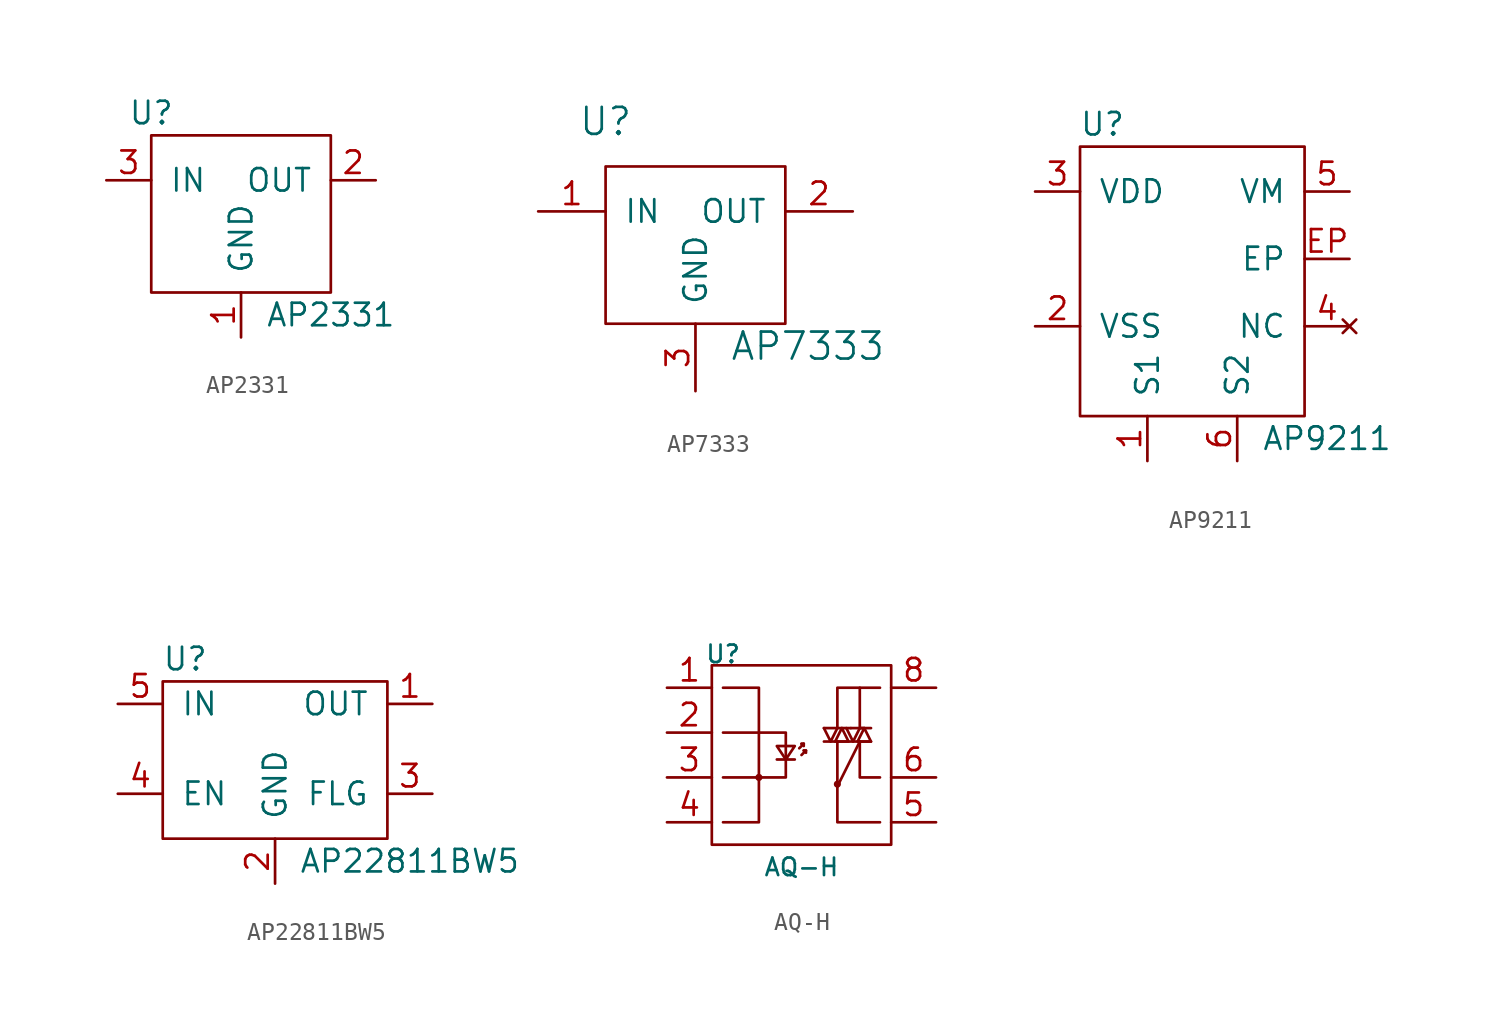
<source format=kicad_sym>
(kicad_symbol_lib
  (version 20211014)
  (generator kicad_symbol_editor)
  (symbol "AP2331"
    (pin_names
      (offset 1.016))
    (property "Reference" "U"
      (at -5.08 3.81 0)
      (effects (font (size 1.27 1.27))))
    (property "Value" "AP2331"
      (at 5.08 -7.62 0)
      (effects (font (size 1.27 1.27))))
    (symbol "AP2331_0_1"
      (rectangle (start 5.08 2.54) (end -5.08 -6.35) (stroke (width 0) (type default) (color 0 0 0 0)) (fill (type none))))
    (symbol "AP2331_1_1"
      (pin passive line (at 0 -8.89 90) (length 2.54) (name "GND" (effects (font (size 1.27 1.27)))) (number "1" (effects (font (size 1.27 1.27)))))
      (pin passive line (at 7.62 0 180) (length 2.54) (name "OUT" (effects (font (size 1.27 1.27)))) (number "2" (effects (font (size 1.27 1.27)))))
      (pin passive line (at -7.62 0 0) (length 2.54) (name "IN" (effects (font (size 1.27 1.27)))) (number "3" (effects (font (size 1.27 1.27)))))))
  (symbol "AP7333"
    (pin_names
      (offset 1.016))
    (property "Reference" "U"
      (at -5.08 5.08 0)
      (effects (font (size 1.524 1.524))))
    (property "Value" "AP7333"
      (at 6.35 -7.62 0)
      (effects (font (size 1.524 1.524))))
    (property "Footprint" ""
      (at 0 0 0)
      (effects (font (size 1.524 1.524))))
    (property "Datasheet" ""
      (at 0 0 0)
      (effects (font (size 1.524 1.524))))
    (symbol "AP7333_0_1"
      (rectangle (start -5.08 2.54) (end 5.08 -6.35) (stroke (width 0) (type default) (color 0 0 0 0)) (fill (type none))))
    (symbol "AP7333_1_1"
      (pin passive line (at -8.89 0 0) (length 3.81) (name "IN" (effects (font (size 1.27 1.27)))) (number "1" (effects (font (size 1.27 1.27)))))
      (pin passive line (at 8.89 0 180) (length 3.81) (name "OUT" (effects (font (size 1.27 1.27)))) (number "2" (effects (font (size 1.27 1.27)))))
      (pin passive line (at 0 -10.16 90) (length 3.81) (name "GND" (effects (font (size 1.27 1.27)))) (number "3" (effects (font (size 1.27 1.27)))))))
  (symbol "AP9211"
    (pin_names
      (offset 1.016))
    (property "Reference" "U"
      (at -5.08 7.62 0)
      (effects (font (size 1.27 1.27))))
    (property "Value" "AP9211"
      (at 7.62 -10.16 0)
      (effects (font (size 1.27 1.27))))
    (symbol "AP9211_0_1"
      (rectangle (start -6.35 6.35) (end 6.35 -8.89) (stroke (width 0) (type default) (color 0 0 0 0)) (fill (type none))))
    (symbol "AP9211_1_1"
      (pin passive line (at -2.54 -11.43 90) (length 2.54) (name "S1" (effects (font (size 1.27 1.27)))) (number "1" (effects (font (size 1.27 1.27)))))
      (pin passive line (at -8.89 -3.81 0) (length 2.54) (name "VSS" (effects (font (size 1.27 1.27)))) (number "2" (effects (font (size 1.27 1.27)))))
      (pin passive line (at -8.89 3.81 0) (length 2.54) (name "VDD" (effects (font (size 1.27 1.27)))) (number "3" (effects (font (size 1.27 1.27)))))
      (pin no_connect line (at 8.89 -3.81 180) (length 2.54) (name "NC" (effects (font (size 1.27 1.27)))) (number "4" (effects (font (size 1.27 1.27)))))
      (pin passive line (at 8.89 3.81 180) (length 2.54) (name "VM" (effects (font (size 1.27 1.27)))) (number "5" (effects (font (size 1.27 1.27)))))
      (pin passive line (at 2.54 -11.43 90) (length 2.54) (name "S2" (effects (font (size 1.27 1.27)))) (number "6" (effects (font (size 1.27 1.27)))))
      (pin passive line (at 8.89 0 180) (length 2.54) (name "EP" (effects (font (size 1.27 1.27)))) (number "EP" (effects (font (size 1.27 1.27)))))))
  (symbol "AP22811BW5"
    (pin_names
      (offset 1.016))
    (property "Reference" "U"
      (at -5.08 5.08 0)
      (effects (font (size 1.27 1.27))))
    (property "Value" "AP22811BW5"
      (at 7.62 -6.35 0)
      (effects (font (size 1.27 1.27))))
    (symbol "AP22811BW5_0_1"
      (rectangle (start -6.35 3.81) (end 6.35 -5.08) (stroke (width 0) (type default) (color 0 0 0 0)) (fill (type none))))
    (symbol "AP22811BW5_1_1"
      (pin passive line (at 8.89 2.54 180) (length 2.54) (name "OUT" (effects (font (size 1.27 1.27)))) (number "1" (effects (font (size 1.27 1.27)))))
      (pin passive line (at 0 -7.62 90) (length 2.54) (name "GND" (effects (font (size 1.27 1.27)))) (number "2" (effects (font (size 1.27 1.27)))))
      (pin passive line (at 8.89 -2.54 180) (length 2.54) (name "FLG" (effects (font (size 1.27 1.27)))) (number "3" (effects (font (size 1.27 1.27)))))
      (pin passive line (at -8.89 -2.54 0) (length 2.54) (name "EN" (effects (font (size 1.27 1.27)))) (number "4" (effects (font (size 1.27 1.27)))))
      (pin passive line (at -8.89 2.54 0) (length 2.54) (name "IN" (effects (font (size 1.27 1.27)))) (number "5" (effects (font (size 1.27 1.27)))))))
  (symbol "AQ-H"
    (pin_names
      (offset 1.016))
    (property "Reference" "U"
      (at -4.445 5.715 0)
      (effects (font (size 0.991 0.991))))
    (property "Value" "AQ-H"
      (at 0 -6.35 0)
      (effects (font (size 0.991 0.991))))
    (symbol "AQ-H_0_1"
      (rectangle (start -5.08 5.08) (end 5.08 -5.08) (stroke (width 0) (type default) (color 0 0 0 0)) (fill (type none)))
      (circle (center -2.413 -1.27) (radius 0.127) (stroke (width 0) (type default) (color 0 0 0 0)) (fill (type none)))
      (polyline (pts (xy -4.445 -1.27) (xy -2.413 -1.27)) (stroke (width 0) (type default) (color 0 0 0 0)) (fill (type none)))
      (polyline (pts (xy -1.397 -0.254) (xy -0.381 -0.254)) (stroke (width 0) (type default) (color 0 0 0 0)) (fill (type none)))
      (polyline (pts (xy -0.127 0.381) (xy 0.127 0.635)) (stroke (width 0) (type default) (color 0 0 0 0)) (fill (type none)))
      (polyline (pts (xy 0.127 0.635) (xy 0 0.635)) (stroke (width 0) (type default) (color 0 0 0 0)) (fill (type none)))
      (polyline (pts (xy 1.27 0.762) (xy 3.937 0.762)) (stroke (width 0) (type default) (color 0 0 0 0)) (fill (type none)))
      (polyline (pts (xy 1.27 1.524) (xy 2.794 1.524)) (stroke (width 0) (type default) (color 0 0 0 0)) (fill (type none)))
      (polyline (pts (xy 2.286 1.524) (xy 2.286 1.524)) (stroke (width 0) (type default) (color 0 0 0 0)) (fill (type none)))
      (polyline (pts (xy 2.794 1.524) (xy 3.556 1.524)) (stroke (width 0) (type default) (color 0 0 0 0)) (fill (type none)))
      (polyline (pts (xy 3.302 0.762) (xy 2.032 -1.778)) (stroke (width 0) (type default) (color 0 0 0 0)) (fill (type none)))
      (polyline (pts (xy 3.302 1.524) (xy 3.302 3.81)) (stroke (width 0) (type default) (color 0 0 0 0)) (fill (type none)))
      (polyline (pts (xy 3.556 1.524) (xy 3.937 1.524)) (stroke (width 0) (type default) (color 0 0 0 0)) (fill (type none)))
      (polyline (pts (xy 0 0) (xy 0.254 0.254) (xy 0.127 0.254)) (stroke (width 0) (type default) (color 0 0 0 0)) (fill (type none)))
      (polyline (pts (xy 0 0.635) (xy 0.127 0.635) (xy 0.127 0.508)) (stroke (width 0) (type default) (color 0 0 0 0)) (fill (type none)))
      (polyline (pts (xy 0.127 0.254) (xy 0.254 0.254) (xy 0.254 0.127)) (stroke (width 0) (type default) (color 0 0 0 0)) (fill (type none)))
      (polyline (pts (xy 1.27 1.524) (xy 1.651 0.762) (xy 2.032 1.524)) (stroke (width 0) (type default) (color 0 0 0 0)) (fill (type none)))
      (polyline (pts (xy 2.032 0.762) (xy 2.032 -3.81) (xy 4.445 -3.81)) (stroke (width 0) (type default) (color 0 0 0 0)) (fill (type none)))
      (polyline (pts (xy 2.54 1.524) (xy 2.921 0.762) (xy 3.302 1.524)) (stroke (width 0) (type default) (color 0 0 0 0)) (fill (type none)))
      (polyline (pts (xy 3.302 0.762) (xy 3.302 -1.27) (xy 4.445 -1.27)) (stroke (width 0) (type default) (color 0 0 0 0)) (fill (type none)))
      (polyline (pts (xy 4.445 3.81) (xy 2.032 3.81) (xy 2.032 1.524)) (stroke (width 0) (type default) (color 0 0 0 0)) (fill (type none)))
      (polyline (pts (xy -4.445 -3.81) (xy -2.413 -3.81) (xy -2.413 3.81) (xy -4.445 3.81)) (stroke (width 0) (type default) (color 0 0 0 0)) (fill (type none)))
      (polyline (pts (xy -4.445 1.27) (xy -0.889 1.27) (xy -0.889 -1.27) (xy -2.413 -1.27)) (stroke (width 0) (type default) (color 0 0 0 0)) (fill (type none)))
      (polyline (pts (xy -1.397 0.508) (xy -0.381 0.508) (xy -0.889 -0.254) (xy -1.397 0.508)) (stroke (width 0) (type default) (color 0 0 0 0)) (fill (type none)))
      (polyline (pts (xy 2.286 1.524) (xy 1.905 0.762) (xy 2.667 0.762) (xy 2.286 1.524)) (stroke (width 0) (type default) (color 0 0 0 0)) (fill (type none)))
      (polyline (pts (xy 3.302 1.524) (xy 3.556 1.524) (xy 3.175 0.762) (xy 3.937 0.762) (xy 3.556 1.524)) (stroke (width 0) (type default) (color 0 0 0 0)) (fill (type none)))
      (circle (center 2.032 -1.651) (radius 0.127) (stroke (width 0) (type default) (color 0 0 0 0)) (fill (type none))))
    (symbol "AQ-H_1_1"
      (pin passive line (at -7.62 3.81 0) (length 2.54) (name "~" (effects (font (size 1.27 1.27)))) (number "1" (effects (font (size 1.27 1.27)))))
      (pin passive line (at -7.62 1.27 0) (length 2.54) (name "~" (effects (font (size 1.27 1.27)))) (number "2" (effects (font (size 1.27 1.27)))))
      (pin passive line (at -7.62 -1.27 0) (length 2.54) (name "~" (effects (font (size 1.27 1.27)))) (number "3" (effects (font (size 1.27 1.27)))))
      (pin passive line (at -7.62 -3.81 0) (length 2.54) (name "~" (effects (font (size 1.27 1.27)))) (number "4" (effects (font (size 1.27 1.27)))))
      (pin passive line (at 7.62 -3.81 180) (length 2.54) (name "~" (effects (font (size 1.27 1.27)))) (number "5" (effects (font (size 1.27 1.27)))))
      (pin passive line (at 7.62 -1.27 180) (length 2.54) (name "~" (effects (font (size 1.27 1.27)))) (number "6" (effects (font (size 1.27 1.27)))))
      (pin passive line (at 7.62 3.81 180) (length 2.54) (name "~" (effects (font (size 1.27 1.27)))) (number "8" (effects (font (size 1.27 1.27))))))))
</source>
